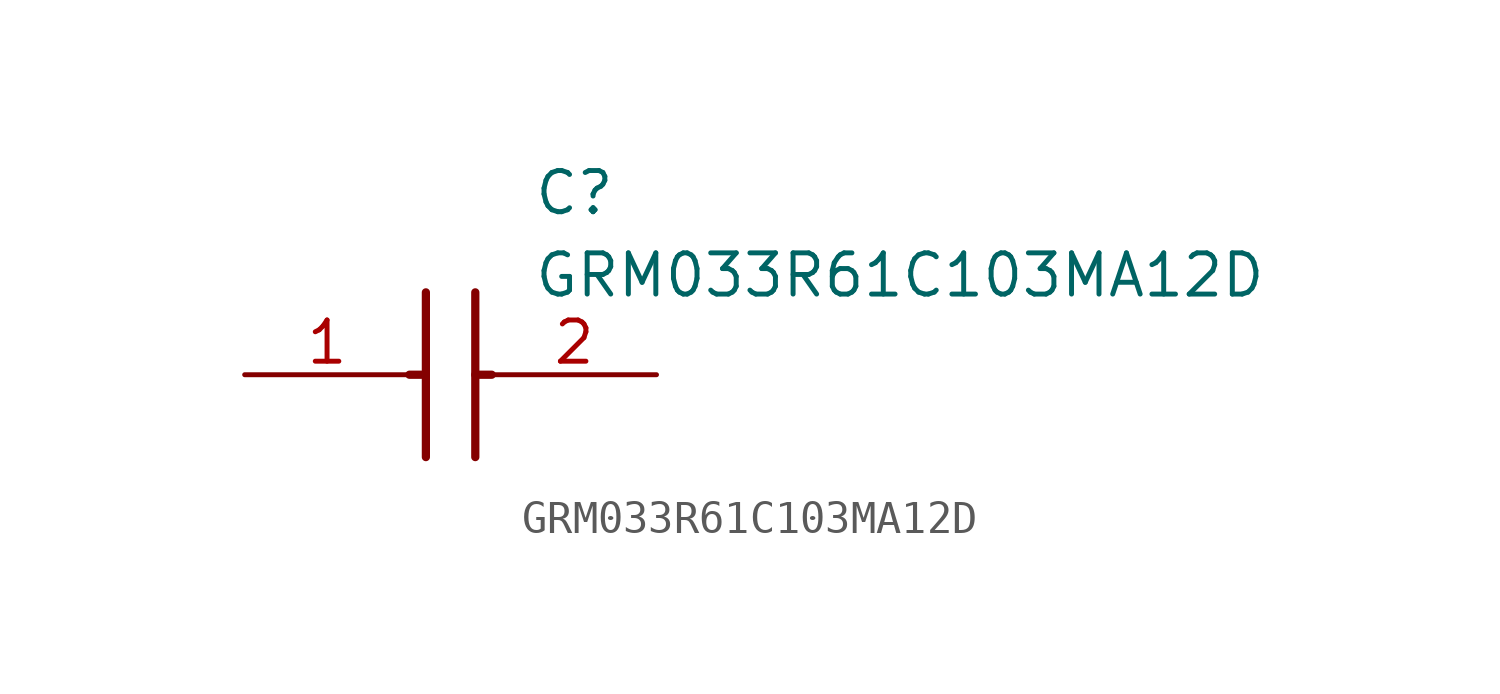
<source format=kicad_sym>
(kicad_symbol_lib
  (version 20211014)
  (generator SamacSys_ECAD_Model)
  (symbol "GRM033R61C103MA12D"
    (pin_names hide)
    (property "Reference" "C"
      (at 8.89 6.35 0)
      (effects (font (size 1.27 1.27)) (justify left top)))
    (property "Value" "GRM033R61C103MA12D"
      (at 8.89 3.81 0)
      (effects (font (size 1.27 1.27)) (justify left top)))
    (polyline
      (pts (xy 5.588 2.54) (xy 5.588 -2.54))
      (stroke (width 0.254) (type default))
      (fill (type none)))
    (polyline
      (pts (xy 7.112 2.54) (xy 7.112 -2.54))
      (stroke (width 0.254) (type default))
      (fill (type none)))
    (polyline
      (pts (xy 5.08 0) (xy 5.588 0))
      (stroke (width 0.254) (type default))
      (fill (type none)))
    (polyline
      (pts (xy 7.112 0) (xy 7.62 0))
      (stroke (width 0.254) (type default))
      (fill (type none)))
    (pin passive line
      (at 0 0 0)
      (length 5.08)
      (name "1" (effects (font (size 1.27 1.27))))
      (number "1" (effects (font (size 1.27 1.27)))))
    (pin passive line
      (at 12.7 0 180)
      (length 5.08)
      (name "2" (effects (font (size 1.27 1.27))))
      (number "2" (effects (font (size 1.27 1.27)))))))
</source>
